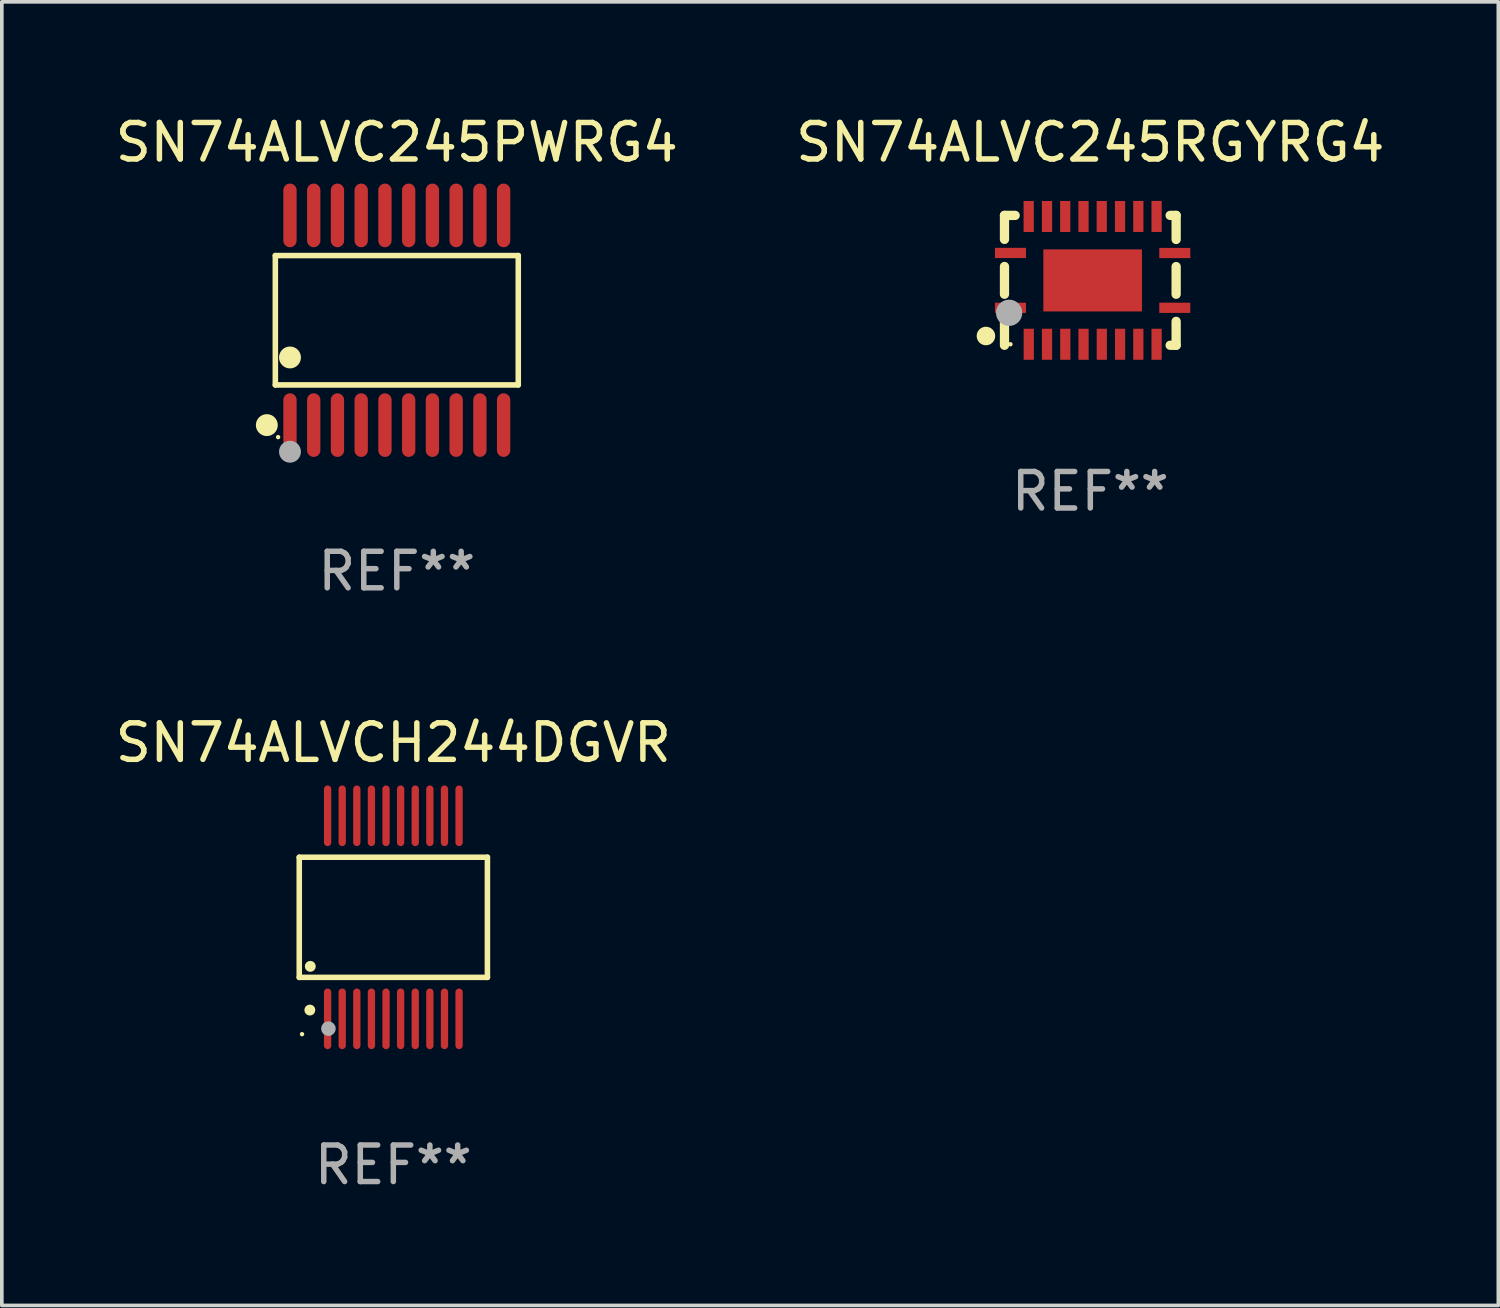
<source format=kicad_pcb>
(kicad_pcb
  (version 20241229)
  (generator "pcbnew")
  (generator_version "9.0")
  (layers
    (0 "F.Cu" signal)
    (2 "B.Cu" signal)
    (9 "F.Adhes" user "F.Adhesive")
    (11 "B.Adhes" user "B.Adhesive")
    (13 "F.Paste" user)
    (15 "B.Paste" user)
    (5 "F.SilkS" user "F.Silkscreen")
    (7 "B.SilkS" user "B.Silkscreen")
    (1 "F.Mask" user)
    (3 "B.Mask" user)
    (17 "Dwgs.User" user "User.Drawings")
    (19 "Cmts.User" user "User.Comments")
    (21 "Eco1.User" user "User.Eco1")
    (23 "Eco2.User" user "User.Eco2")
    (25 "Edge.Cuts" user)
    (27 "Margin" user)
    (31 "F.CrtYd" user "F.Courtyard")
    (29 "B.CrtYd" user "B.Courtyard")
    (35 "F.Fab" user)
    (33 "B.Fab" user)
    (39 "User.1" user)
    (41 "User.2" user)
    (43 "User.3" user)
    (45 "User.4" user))
  (footprint "SN74ALVC245PWRG4"
    (layer "F.Cu")
    (at 7.815 5.719)
    (property "Reference" "SN74ALVC245PWRG4" (at 0 -4.871 0) (layer "F.SilkS") (effects (font (size 1 1) (thickness 0.15))))
    (attr through_hole)
    (fp_line (start -3.326 -1.771) (end 3.326 -1.771) (stroke (width 0.152) (type solid)) (layer "F.SilkS"))
    (fp_line (start -3.326 1.771) (end -3.326 -1.771) (stroke (width 0.152) (type solid)) (layer "F.SilkS"))
    (fp_line (start 3.326 -1.771) (end 3.326 1.771) (stroke (width 0.152) (type solid)) (layer "F.SilkS"))
    (fp_line (start 3.326 1.771) (end -3.326 1.771) (stroke (width 0.152) (type solid)) (layer "F.SilkS"))
    (fp_circle (center -3.559 2.871) (end -3.409 2.871) (stroke (width 0.3) (type solid)) (fill no) (layer "F.SilkS"))
    (fp_circle (center -3.25 3.2) (end -3.22 3.2) (stroke (width 0.06) (type solid)) (fill no) (layer "F.SilkS"))
    (fp_circle (center -2.925 1.019) (end -2.775 1.019) (stroke (width 0.3) (type solid)) (fill no) (layer "F.SilkS"))
    (fp_circle (center -2.925 3.6) (end -2.775 3.6) (stroke (width 0.3) (type solid)) (fill no) (layer "F.Fab"))
    (fp_text user "REF**" (at 0 6.871 0) (layer "F.Fab") (effects (font (size 1 1) (thickness 0.15))))
    (pad "1" smd oval (at -2.925 2.871) (size 0.364 1.742) (layers "F.Cu" "F.Mask" "F.Paste"))
    (pad "2" smd oval (at -2.275 2.871) (size 0.364 1.742) (layers "F.Cu" "F.Mask" "F.Paste"))
    (pad "3" smd oval (at -1.625 2.871) (size 0.364 1.742) (layers "F.Cu" "F.Mask" "F.Paste"))
    (pad "4" smd oval (at -0.975 2.871) (size 0.364 1.742) (layers "F.Cu" "F.Mask" "F.Paste"))
    (pad "5" smd oval (at -0.325 2.871) (size 0.364 1.742) (layers "F.Cu" "F.Mask" "F.Paste"))
    (pad "6" smd oval (at 0.325 2.871) (size 0.364 1.742) (layers "F.Cu" "F.Mask" "F.Paste"))
    (pad "7" smd oval (at 0.975 2.871) (size 0.364 1.742) (layers "F.Cu" "F.Mask" "F.Paste"))
    (pad "8" smd oval (at 1.625 2.871) (size 0.364 1.742) (layers "F.Cu" "F.Mask" "F.Paste"))
    (pad "9" smd oval (at 2.275 2.871) (size 0.364 1.742) (layers "F.Cu" "F.Mask" "F.Paste"))
    (pad "10" smd oval (at 2.925 2.871) (size 0.364 1.742) (layers "F.Cu" "F.Mask" "F.Paste"))
    (pad "11" smd oval (at 2.925 -2.871) (size 0.364 1.742) (layers "F.Cu" "F.Mask" "F.Paste"))
    (pad "12" smd oval (at 2.275 -2.871) (size 0.364 1.742) (layers "F.Cu" "F.Mask" "F.Paste"))
    (pad "13" smd oval (at 1.625 -2.871) (size 0.364 1.742) (layers "F.Cu" "F.Mask" "F.Paste"))
    (pad "14" smd oval (at 0.975 -2.871) (size 0.364 1.742) (layers "F.Cu" "F.Mask" "F.Paste"))
    (pad "15" smd oval (at 0.325 -2.871) (size 0.364 1.742) (layers "F.Cu" "F.Mask" "F.Paste"))
    (pad "16" smd oval (at -0.325 -2.871) (size 0.364 1.742) (layers "F.Cu" "F.Mask" "F.Paste"))
    (pad "17" smd oval (at -0.975 -2.871) (size 0.364 1.742) (layers "F.Cu" "F.Mask" "F.Paste"))
    (pad "18" smd oval (at -1.625 -2.871) (size 0.364 1.742) (layers "F.Cu" "F.Mask" "F.Paste"))
    (pad "19" smd oval (at -2.275 -2.871) (size 0.364 1.742) (layers "F.Cu" "F.Mask" "F.Paste"))
    (pad "20" smd oval (at -2.925 -2.871) (size 0.364 1.742) (layers "F.Cu" "F.Mask" "F.Paste")))
  (footprint "SN74ALVCH244DGVR"
    (layer "F.Cu")
    (at 7.72 22.067)
    (property "Reference" "SN74ALVCH244DGVR" (at 0 -4.78 0) (layer "F.SilkS") (effects (font (size 1 1) (thickness 0.15))))
    (attr through_hole)
    (fp_line (start -2.576 -1.645) (end 2.576 -1.645) (stroke (width 0.152) (type solid)) (layer "F.SilkS"))
    (fp_line (start -2.576 1.645) (end -2.576 -1.645) (stroke (width 0.152) (type solid)) (layer "F.SilkS"))
    (fp_line (start 2.576 -1.645) (end 2.576 1.645) (stroke (width 0.152) (type solid)) (layer "F.SilkS"))
    (fp_line (start 2.576 1.645) (end -2.576 1.645) (stroke (width 0.152) (type solid)) (layer "F.SilkS"))
    (fp_circle (center -2.5 3.2) (end -2.47 3.2) (stroke (width 0.06) (type solid)) (fill no) (layer "F.SilkS"))
    (fp_circle (center -2.286 2.54) (end -2.211 2.54) (stroke (width 0.15) (type solid)) (fill no) (layer "F.SilkS"))
    (fp_circle (center -2.274 1.343) (end -2.199 1.343) (stroke (width 0.15) (type solid)) (fill no) (layer "F.SilkS"))
    (fp_circle (center -1.778 3.048) (end -1.678 3.048) (stroke (width 0.2) (type solid)) (fill no) (layer "F.Fab"))
    (fp_text user "REF**" (at 0 6.78 0) (layer "F.Fab") (effects (font (size 1 1) (thickness 0.15))))
    (pad "1" smd oval (at -1.8 2.78) (size 0.2 1.66) (layers "F.Cu" "F.Mask" "F.Paste"))
    (pad "2" smd oval (at -1.4 2.78) (size 0.2 1.66) (layers "F.Cu" "F.Mask" "F.Paste"))
    (pad "3" smd oval (at -1 2.78) (size 0.2 1.66) (layers "F.Cu" "F.Mask" "F.Paste"))
    (pad "4" smd oval (at -0.6 2.78) (size 0.2 1.66) (layers "F.Cu" "F.Mask" "F.Paste"))
    (pad "5" smd oval (at -0.2 2.78) (size 0.2 1.66) (layers "F.Cu" "F.Mask" "F.Paste"))
    (pad "6" smd oval (at 0.2 2.78) (size 0.2 1.66) (layers "F.Cu" "F.Mask" "F.Paste"))
    (pad "7" smd oval (at 0.6 2.78) (size 0.2 1.66) (layers "F.Cu" "F.Mask" "F.Paste"))
    (pad "8" smd oval (at 1 2.78) (size 0.2 1.66) (layers "F.Cu" "F.Mask" "F.Paste"))
    (pad "9" smd oval (at 1.4 2.78) (size 0.2 1.66) (layers "F.Cu" "F.Mask" "F.Paste"))
    (pad "10" smd oval (at 1.8 2.78) (size 0.2 1.66) (layers "F.Cu" "F.Mask" "F.Paste"))
    (pad "11" smd oval (at 1.8 -2.78) (size 0.2 1.66) (layers "F.Cu" "F.Mask" "F.Paste"))
    (pad "12" smd oval (at 1.4 -2.78) (size 0.2 1.66) (layers "F.Cu" "F.Mask" "F.Paste"))
    (pad "13" smd oval (at 1 -2.78) (size 0.2 1.66) (layers "F.Cu" "F.Mask" "F.Paste"))
    (pad "14" smd oval (at 0.6 -2.78) (size 0.2 1.66) (layers "F.Cu" "F.Mask" "F.Paste"))
    (pad "15" smd oval (at 0.2 -2.78) (size 0.2 1.66) (layers "F.Cu" "F.Mask" "F.Paste"))
    (pad "16" smd oval (at -0.2 -2.78) (size 0.2 1.66) (layers "F.Cu" "F.Mask" "F.Paste"))
    (pad "17" smd oval (at -0.6 -2.78) (size 0.2 1.66) (layers "F.Cu" "F.Mask" "F.Paste"))
    (pad "18" smd oval (at -1 -2.78) (size 0.2 1.66) (layers "F.Cu" "F.Mask" "F.Paste"))
    (pad "19" smd oval (at -1.4 -2.78) (size 0.2 1.66) (layers "F.Cu" "F.Mask" "F.Paste"))
    (pad "20" smd oval (at -1.8 -2.78) (size 0.2 1.66) (layers "F.Cu" "F.Mask" "F.Paste")))
  (footprint "SN74ALVC245RGYRG4"
    (layer "F.Cu")
    (at 26.804 4.626)
    (property "Reference" "SN74ALVC245RGYRG4" (at 0 -3.778 0) (layer "F.SilkS") (effects (font (size 1 1) (thickness 0.15))))
    (attr through_hole)
    (fp_line (start -2.35 -1.778) (end -2.35 -1.121) (stroke (width 0.254) (type solid)) (layer "F.SilkS"))
    (fp_line (start -2.35 -1.778) (end -2.058 -1.778) (stroke (width 0.254) (type solid)) (layer "F.SilkS"))
    (fp_line (start -2.35 -0.379) (end -2.35 0.381) (stroke (width 0.254) (type solid)) (layer "F.SilkS"))
    (fp_line (start -2.35 1.123) (end -2.35 1.778) (stroke (width 0.254) (type solid)) (layer "F.SilkS"))
    (fp_line (start 2.186 -1.778) (end 2.35 -1.778) (stroke (width 0.254) (type solid)) (layer "F.SilkS"))
    (fp_line (start 2.35 -1.778) (end 2.35 -1.119) (stroke (width 0.254) (type solid)) (layer "F.SilkS"))
    (fp_line (start 2.35 -0.377) (end 2.35 0.381) (stroke (width 0.254) (type solid)) (layer "F.SilkS"))
    (fp_line (start 2.35 1.123) (end 2.35 1.778) (stroke (width 0.254) (type solid)) (layer "F.SilkS"))
    (fp_line (start 2.35 1.778) (end 2.186 1.778) (stroke (width 0.254) (type solid)) (layer "F.SilkS"))
    (fp_circle (center -2.858 1.524) (end -2.731 1.524) (stroke (width 0.254) (type solid)) (fill no) (layer "F.SilkS"))
    (fp_circle (center -2.187 1.75) (end -2.157 1.75) (stroke (width 0.06) (type solid)) (fill no) (layer "F.SilkS"))
    (fp_circle (center -2.223 0.889) (end -2.043 0.889) (stroke (width 0.36) (type solid)) (fill no) (layer "F.Fab"))
    (fp_text user "REF**" (at 0 5.778 0) (layer "F.Fab") (effects (font (size 1 1) (thickness 0.15))))
    (pad "1" smd rect (at -2.186 0.752) (size 0.85 0.28) (layers "F.Cu" "F.Mask" "F.Paste"))
    (pad "2" smd rect (at -1.685 1.75) (size 0.28 0.85) (layers "F.Cu" "F.Mask" "F.Paste"))
    (pad "3" smd rect (at -1.185 1.75) (size 0.28 0.85) (layers "F.Cu" "F.Mask" "F.Paste"))
    (pad "4" smd rect (at -0.685 1.75) (size 0.28 0.85) (layers "F.Cu" "F.Mask" "F.Paste"))
    (pad "5" smd rect (at -0.185 1.75) (size 0.28 0.85) (layers "F.Cu" "F.Mask" "F.Paste"))
    (pad "6" smd rect (at 0.315 1.75) (size 0.28 0.85) (layers "F.Cu" "F.Mask" "F.Paste"))
    (pad "7" smd rect (at 0.815 1.75) (size 0.28 0.85) (layers "F.Cu" "F.Mask" "F.Paste"))
    (pad "8" smd rect (at 1.315 1.75) (size 0.28 0.85) (layers "F.Cu" "F.Mask" "F.Paste"))
    (pad "9" smd rect (at 1.815 1.75) (size 0.28 0.85) (layers "F.Cu" "F.Mask" "F.Paste"))
    (pad "10" smd rect (at 2.313 0.752) (size 0.85 0.28) (layers "F.Cu" "F.Mask" "F.Paste"))
    (pad "11" smd rect (at 2.313 -0.748) (size 0.85 0.28) (layers "F.Cu" "F.Mask" "F.Paste"))
    (pad "12" smd rect (at 1.815 -1.75) (size 0.28 0.85) (layers "F.Cu" "F.Mask" "F.Paste"))
    (pad "13" smd rect (at 1.315 -1.75) (size 0.28 0.85) (layers "F.Cu" "F.Mask" "F.Paste"))
    (pad "14" smd rect (at 0.814 -1.748) (size 0.28 0.85) (layers "F.Cu" "F.Mask" "F.Paste"))
    (pad "15" smd rect (at 0.313 -1.748) (size 0.28 0.85) (layers "F.Cu" "F.Mask" "F.Paste"))
    (pad "16" smd rect (at -0.186 -1.748) (size 0.28 0.85) (layers "F.Cu" "F.Mask" "F.Paste"))
    (pad "17" smd rect (at -0.687 -1.748) (size 0.28 0.85) (layers "F.Cu" "F.Mask" "F.Paste"))
    (pad "18" smd rect (at -1.186 -1.748) (size 0.28 0.85) (layers "F.Cu" "F.Mask" "F.Paste"))
    (pad "19" smd rect (at -1.687 -1.748) (size 0.28 0.85) (layers "F.Cu" "F.Mask" "F.Paste"))
    (pad "20" smd rect (at -2.186 -0.75) (size 0.85 0.28) (layers "F.Cu" "F.Mask" "F.Paste"))
    (pad "21" smd rect (at 0.064 0.002 90) (size 1.7 2.7) (layers "F.Cu" "F.Mask" "F.Paste")))
  (gr_rect
    (start -3 -3)
    (end 37.976 32.695)
    (stroke (width 0.1) (type default))
    (fill no)
    (layer "Edge.Cuts")))
</source>
